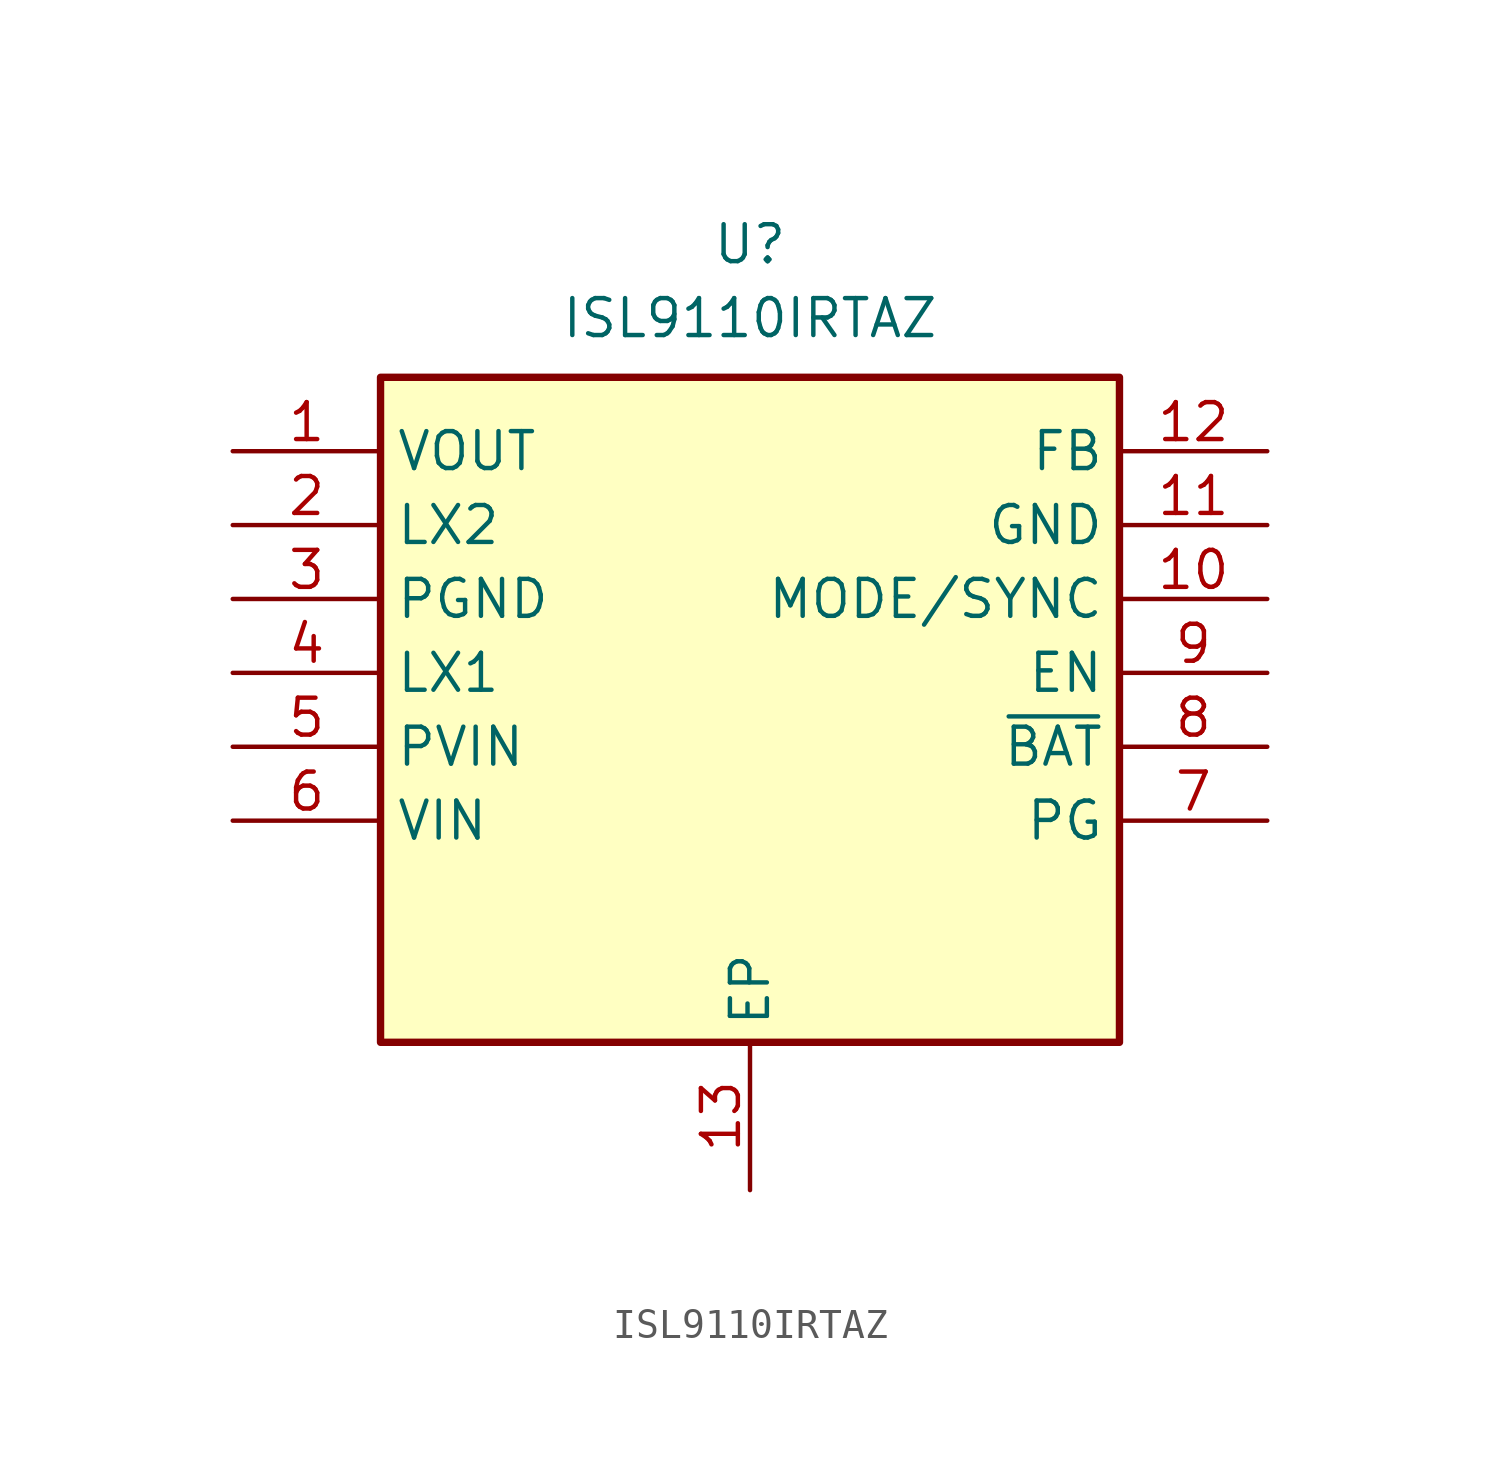
<source format=kicad_sym>
(kicad_symbol_lib
  (version 20241209)
  (generator "kicad_symbol_editor")
  (generator_version "9.0")
  (symbol "ISL9110IRTAZ"
    (property "Reference" "U"
      (at 0 16.002 0)
      (effects (font (size 1.27 1.27))))
    (property "Value" "ISL9110IRTAZ"
      (at 0 13.462 0)
      (effects (font (size 1.27 1.27))))
    (symbol "ISL9110IRTAZ_1_1"
      (rectangle (start -12.7 11.43) (end 12.7 -11.43) (stroke (width 0.254) (type default)) (fill (type background)))
      (pin power_out line (at -17.78 8.89 0) (length 5.08) (name "VOUT" (effects (font (size 1.27 1.27)))) (number "1" (effects (font (size 1.27 1.27)))))
      (pin passive line (at -17.78 6.35 0) (length 5.08) (name "LX2" (effects (font (size 1.27 1.27)))) (number "2" (effects (font (size 1.27 1.27)))))
      (pin passive line (at -17.78 3.81 0) (length 5.08) (name "PGND" (effects (font (size 1.27 1.27)))) (number "3" (effects (font (size 1.27 1.27)))))
      (pin passive line (at -17.78 1.27 0) (length 5.08) (name "LX1" (effects (font (size 1.27 1.27)))) (number "4" (effects (font (size 1.27 1.27)))))
      (pin passive line (at -17.78 -1.27 0) (length 5.08) (name "PVIN" (effects (font (size 1.27 1.27)))) (number "5" (effects (font (size 1.27 1.27)))))
      (pin power_in line (at -17.78 -3.81 0) (length 5.08) (name "VIN" (effects (font (size 1.27 1.27)))) (number "6" (effects (font (size 1.27 1.27)))))
      (pin passive line (at 0 -16.51 90) (length 5.08) (name "EP" (effects (font (size 1.27 1.27)))) (number "13" (effects (font (size 1.27 1.27)))))
      (pin passive line (at 17.78 8.89 180) (length 5.08) (name "FB" (effects (font (size 1.27 1.27)))) (number "12" (effects (font (size 1.27 1.27)))))
      (pin passive line (at 17.78 6.35 180) (length 5.08) (name "GND" (effects (font (size 1.27 1.27)))) (number "11" (effects (font (size 1.27 1.27)))))
      (pin passive line (at 17.78 3.81 180) (length 5.08) (name "MODE/SYNC" (effects (font (size 1.27 1.27)))) (number "10" (effects (font (size 1.27 1.27)))))
      (pin passive line (at 17.78 1.27 180) (length 5.08) (name "EN" (effects (font (size 1.27 1.27)))) (number "9" (effects (font (size 1.27 1.27)))))
      (pin passive line (at 17.78 -1.27 180) (length 5.08) (name "~{BAT}" (effects (font (size 1.27 1.27)))) (number "8" (effects (font (size 1.27 1.27)))))
      (pin passive line (at 17.78 -3.81 180) (length 5.08) (name "PG" (effects (font (size 1.27 1.27)))) (number "7" (effects (font (size 1.27 1.27))))))))
</source>
